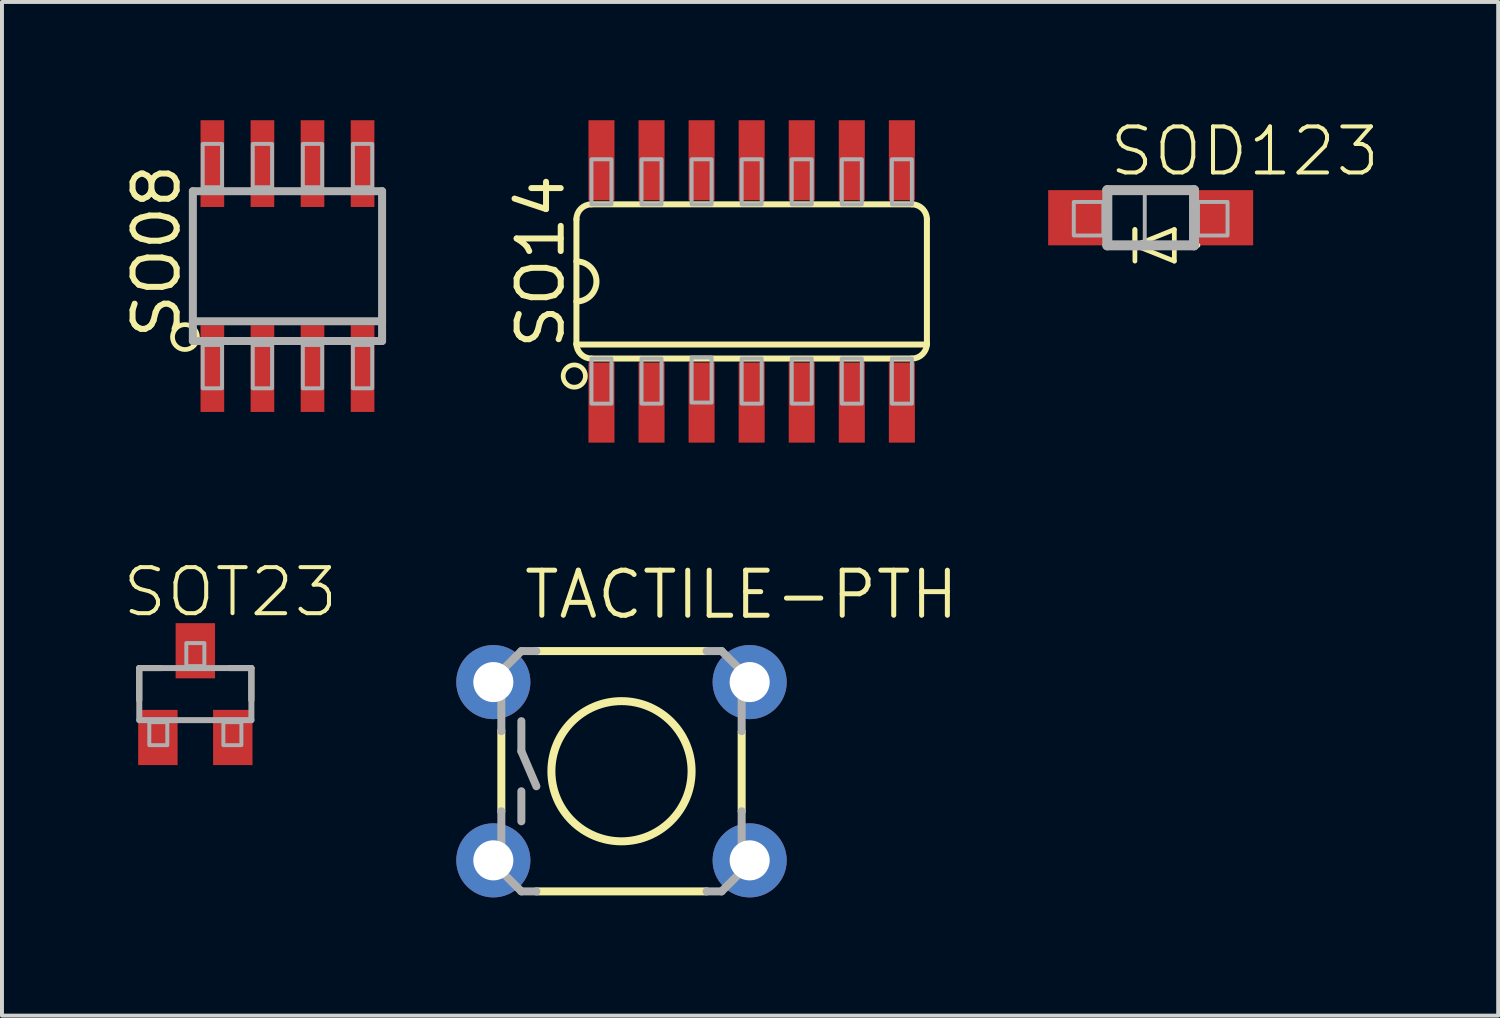
<source format=kicad_pcb>
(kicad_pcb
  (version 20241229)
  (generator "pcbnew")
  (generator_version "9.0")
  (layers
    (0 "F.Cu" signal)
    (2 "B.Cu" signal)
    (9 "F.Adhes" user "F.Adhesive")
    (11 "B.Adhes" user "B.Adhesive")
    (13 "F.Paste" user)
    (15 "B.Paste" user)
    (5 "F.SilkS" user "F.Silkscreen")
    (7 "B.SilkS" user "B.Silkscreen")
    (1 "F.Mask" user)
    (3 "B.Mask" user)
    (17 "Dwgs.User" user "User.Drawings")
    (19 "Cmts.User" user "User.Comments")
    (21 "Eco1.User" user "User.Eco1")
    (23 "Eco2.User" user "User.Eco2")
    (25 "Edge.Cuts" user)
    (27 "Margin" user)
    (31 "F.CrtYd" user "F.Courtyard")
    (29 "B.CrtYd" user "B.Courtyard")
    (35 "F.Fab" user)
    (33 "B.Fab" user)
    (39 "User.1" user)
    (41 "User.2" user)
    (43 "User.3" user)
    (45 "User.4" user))
  (footprint "SOD123"
    (layer "F.Cu")
    (at 26.138 2.473)
    (property "Reference" "SOD123" (at -1.1 -1 0) (layer "F.SilkS") (effects (font (size 1.168 1.168) (thickness 0.102)) (justify left bottom)))
    (fp_line (start -0.4 0.3) (end -0.4 1.1) (stroke (width 0.12) (type solid)) (layer "F.SilkS"))
    (fp_line (start -0.4 0.7) (end -1.1 0.7) (stroke (width 0.12) (type solid)) (layer "F.SilkS"))
    (fp_line (start -0.4 0.7) (end -0.4 0.3) (stroke (width 0.12) (type solid)) (layer "F.SilkS"))
    (fp_line (start -0.4 0.7) (end 0.6 1.1) (stroke (width 0.12) (type solid)) (layer "F.SilkS"))
    (fp_line (start 0.6 0.3) (end -0.4 0.7) (stroke (width 0.12) (type solid)) (layer "F.SilkS"))
    (fp_line (start 0.6 0.7) (end 1.2 0.7) (stroke (width 0.12) (type solid)) (layer "F.SilkS"))
    (fp_line (start 0.6 1.1) (end 0.6 0.3) (stroke (width 0.12) (type solid)) (layer "F.SilkS"))
    (fp_line (start -1.1 -0.7) (end 1.1 -0.7) (stroke (width 0.254) (type solid)) (layer "F.Fab"))
    (fp_line (start -1.1 0.7) (end -1.1 -0.7) (stroke (width 0.254) (type solid)) (layer "F.Fab"))
    (fp_line (start 1.1 -0.7) (end 1.1 0.7) (stroke (width 0.254) (type solid)) (layer "F.Fab"))
    (fp_line (start 1.1 0.7) (end -1.1 0.7) (stroke (width 0.254) (type solid)) (layer "F.Fab"))
    (fp_poly (pts (xy -1.95 0.45) (xy -1.2 0.45) (xy -1.2 -0.4) (xy -1.95 -0.4)) (stroke (width 0.1) (type solid)) (fill no) (layer "F.Fab"))
    (fp_poly (pts (xy -1.05 0.65) (xy -0.15 0.65) (xy -0.15 -0.7) (xy -1.05 -0.7)) (stroke (width 0.1) (type solid)) (fill no) (layer "F.Fab"))
    (fp_poly (pts (xy 1.2 0.45) (xy 1.95 0.45) (xy 1.95 -0.4) (xy 1.2 -0.4)) (stroke (width 0.1) (type solid)) (fill no) (layer "F.Fab"))
    (pad "A" smd rect (at 1.9 0) (size 1.4 1.4) (layers "F.Cu" "F.Mask" "F.Paste"))
    (pad "C" smd rect (at -1.9 0) (size 1.4 1.4) (layers "F.Cu" "F.Mask" "F.Paste")))
  (footprint "TACTILE-PTH"
    (layer "F.Cu")
    (at 12.715 16.513)
    (property "Reference" "TACTILE-PTH" (at -2.54 -3.81 0) (layer "F.SilkS") (effects (font (size 1.143 1.143) (thickness 0.127)) (justify left bottom)))
    (fp_line (start -3.048 -1.028) (end -3.048 1.016) (stroke (width 0.203) (type solid)) (layer "F.SilkS"))
    (fp_line (start -2.159 3.048) (end 2.159 3.048) (stroke (width 0.203) (type solid)) (layer "F.SilkS"))
    (fp_line (start 2.159 -3.048) (end -2.159 -3.048) (stroke (width 0.203) (type solid)) (layer "F.SilkS"))
    (fp_line (start 3.048 -0.998) (end 3.048 1.016) (stroke (width 0.203) (type solid)) (layer "F.SilkS"))
    (fp_circle (center 0 0) (end 1.778 0) (stroke (width 0.203) (type solid)) (fill no) (layer "F.SilkS"))
    (fp_line (start -3.048 -2.54) (end -3.048 -1.016) (stroke (width 0.203) (type solid)) (layer "F.Fab"))
    (fp_line (start -3.048 2.54) (end -3.048 1.016) (stroke (width 0.203) (type solid)) (layer "F.Fab"))
    (fp_line (start -2.54 -3.048) (end -3.048 -2.54) (stroke (width 0.203) (type solid)) (layer "F.Fab"))
    (fp_line (start -2.54 -3.048) (end -2.159 -3.048) (stroke (width 0.203) (type solid)) (layer "F.Fab"))
    (fp_line (start -2.54 -1.27) (end -2.54 -0.508) (stroke (width 0.203) (type solid)) (layer "F.Fab"))
    (fp_line (start -2.54 -0.508) (end -2.159 0.381) (stroke (width 0.203) (type solid)) (layer "F.Fab"))
    (fp_line (start -2.54 0.508) (end -2.54 1.27) (stroke (width 0.203) (type solid)) (layer "F.Fab"))
    (fp_line (start -2.54 3.048) (end -3.048 2.54) (stroke (width 0.203) (type solid)) (layer "F.Fab"))
    (fp_line (start -2.54 3.048) (end -2.159 3.048) (stroke (width 0.203) (type solid)) (layer "F.Fab"))
    (fp_line (start 2.54 -3.048) (end 2.159 -3.048) (stroke (width 0.203) (type solid)) (layer "F.Fab"))
    (fp_line (start 2.54 3.048) (end 2.159 3.048) (stroke (width 0.203) (type solid)) (layer "F.Fab"))
    (fp_line (start 2.54 3.048) (end 3.048 2.54) (stroke (width 0.203) (type solid)) (layer "F.Fab"))
    (fp_line (start 3.048 -2.54) (end 2.54 -3.048) (stroke (width 0.203) (type solid)) (layer "F.Fab"))
    (fp_line (start 3.048 -1.016) (end 3.048 -2.54) (stroke (width 0.203) (type solid)) (layer "F.Fab"))
    (fp_line (start 3.048 2.54) (end 3.048 1.016) (stroke (width 0.203) (type solid)) (layer "F.Fab"))
    (pad "1" thru_hole circle (at -3.251 -2.261) (size 1.88 1.88) (drill 1.016) (layers "*.Cu" "*.Mask"))
    (pad "2" thru_hole circle (at 3.251 -2.261) (size 1.88 1.88) (drill 1.016) (layers "*.Cu" "*.Mask"))
    (pad "3" thru_hole circle (at -3.251 2.261) (size 1.88 1.88) (drill 1.016) (layers "*.Cu" "*.Mask"))
    (pad "4" thru_hole circle (at 3.251 2.261) (size 1.88 1.88) (drill 1.016) (layers "*.Cu" "*.Mask")))
  (footprint "SOT23"
    (layer "F.Cu")
    (at 1.905 14.557)
    (property "Reference" "SOT23" (at -1.905 -1.905 0) (layer "F.SilkS") (effects (font (size 1.168 1.168) (thickness 0.102)) (justify left bottom)))
    (fp_line (start -1.422 -0.66) (end -0.864 -0.66) (stroke (width 0.152) (type solid)) (layer "F.SilkS"))
    (fp_line (start -1.422 0.152) (end -1.422 -0.66) (stroke (width 0.152) (type solid)) (layer "F.SilkS"))
    (fp_line (start 0.864 -0.66) (end 1.422 -0.66) (stroke (width 0.152) (type solid)) (layer "F.SilkS"))
    (fp_line (start 1.422 -0.66) (end 1.422 0.152) (stroke (width 0.152) (type solid)) (layer "F.SilkS"))
    (fp_line (start -1.422 -0.66) (end 1.422 -0.66) (stroke (width 0.152) (type solid)) (layer "F.Fab"))
    (fp_line (start -1.422 0.66) (end -1.422 -0.66) (stroke (width 0.152) (type solid)) (layer "F.Fab"))
    (fp_line (start 1.422 -0.66) (end 1.422 0.66) (stroke (width 0.152) (type solid)) (layer "F.Fab"))
    (fp_line (start 1.422 0.66) (end -1.422 0.66) (stroke (width 0.152) (type solid)) (layer "F.Fab"))
    (fp_poly (pts (xy -1.168 1.295) (xy -0.711 1.295) (xy -0.711 0.711) (xy -1.168 0.711)) (stroke (width 0.1) (type solid)) (fill no) (layer "F.Fab"))
    (fp_poly (pts (xy -0.229 -0.711) (xy 0.229 -0.711) (xy 0.229 -1.295) (xy -0.229 -1.295)) (stroke (width 0.1) (type solid)) (fill no) (layer "F.Fab"))
    (fp_poly (pts (xy 0.711 1.295) (xy 1.168 1.295) (xy 1.168 0.711) (xy 0.711 0.711)) (stroke (width 0.1) (type solid)) (fill no) (layer "F.Fab"))
    (pad "1" smd rect (at -0.95 1.1) (size 1 1.4) (layers "F.Cu" "F.Mask" "F.Paste"))
    (pad "2" smd rect (at 0.95 1.1) (size 1 1.4) (layers "F.Cu" "F.Mask" "F.Paste"))
    (pad "3" smd rect (at 0 -1.1) (size 1 1.4) (layers "F.Cu" "F.Mask" "F.Paste")))
  (footprint "SO08"
    (layer "F.Cu")
    (at 4.242 3.7)
    (property "Reference" "SO08" (at -2.667 1.905 90) (layer "F.SilkS") (effects (font (size 1.118 1.118) (thickness 0.152)) (justify left bottom)))
    (fp_circle (center -2.6 1.8) (end -2.5 2.1) (stroke (width 0.12) (type solid)) (fill no) (layer "F.SilkS"))
    (fp_line (start -2.4 -1.9) (end 2.4 -1.9) (stroke (width 0.203) (type solid)) (layer "F.Fab"))
    (fp_line (start -2.4 1.4) (end -2.4 -1.9) (stroke (width 0.203) (type solid)) (layer "F.Fab"))
    (fp_line (start -2.4 1.9) (end -2.4 1.4) (stroke (width 0.203) (type solid)) (layer "F.Fab"))
    (fp_line (start 2.4 -1.9) (end 2.4 1.4) (stroke (width 0.203) (type solid)) (layer "F.Fab"))
    (fp_line (start 2.4 1.4) (end -2.4 1.4) (stroke (width 0.203) (type solid)) (layer "F.Fab"))
    (fp_line (start 2.4 1.4) (end 2.4 1.9) (stroke (width 0.203) (type solid)) (layer "F.Fab"))
    (fp_line (start 2.4 1.9) (end -2.4 1.9) (stroke (width 0.203) (type solid)) (layer "F.Fab"))
    (fp_poly (pts (xy -2.15 -2) (xy -1.66 -2) (xy -1.66 -3.1) (xy -2.15 -3.1)) (stroke (width 0.1) (type solid)) (fill no) (layer "F.Fab"))
    (fp_poly (pts (xy -2.15 3.1) (xy -1.66 3.1) (xy -1.66 2) (xy -2.15 2)) (stroke (width 0.1) (type solid)) (fill no) (layer "F.Fab"))
    (fp_poly (pts (xy -0.88 -2) (xy -0.39 -2) (xy -0.39 -3.1) (xy -0.88 -3.1)) (stroke (width 0.1) (type solid)) (fill no) (layer "F.Fab"))
    (fp_poly (pts (xy -0.88 3.1) (xy -0.39 3.1) (xy -0.39 2) (xy -0.88 2)) (stroke (width 0.1) (type solid)) (fill no) (layer "F.Fab"))
    (fp_poly (pts (xy 0.39 -2) (xy 0.88 -2) (xy 0.88 -3.1) (xy 0.39 -3.1)) (stroke (width 0.1) (type solid)) (fill no) (layer "F.Fab"))
    (fp_poly (pts (xy 0.39 3.1) (xy 0.88 3.1) (xy 0.88 2) (xy 0.39 2)) (stroke (width 0.1) (type solid)) (fill no) (layer "F.Fab"))
    (fp_poly (pts (xy 1.66 -2) (xy 2.15 -2) (xy 2.15 -3.1) (xy 1.66 -3.1)) (stroke (width 0.1) (type solid)) (fill no) (layer "F.Fab"))
    (fp_poly (pts (xy 1.66 3.1) (xy 2.15 3.1) (xy 2.15 2) (xy 1.66 2)) (stroke (width 0.1) (type solid)) (fill no) (layer "F.Fab"))
    (pad "1" smd rect (at -1.905 2.6) (size 0.6 2.2) (layers "F.Cu" "F.Mask" "F.Paste"))
    (pad "2" smd rect (at -0.635 2.6) (size 0.6 2.2) (layers "F.Cu" "F.Mask" "F.Paste"))
    (pad "3" smd rect (at 0.635 2.6) (size 0.6 2.2) (layers "F.Cu" "F.Mask" "F.Paste"))
    (pad "4" smd rect (at 1.905 2.6) (size 0.6 2.2) (layers "F.Cu" "F.Mask" "F.Paste"))
    (pad "5" smd rect (at 1.905 -2.6) (size 0.6 2.2) (layers "F.Cu" "F.Mask" "F.Paste"))
    (pad "6" smd rect (at 0.635 -2.6) (size 0.6 2.2) (layers "F.Cu" "F.Mask" "F.Paste"))
    (pad "7" smd rect (at -0.635 -2.6) (size 0.6 2.2) (layers "F.Cu" "F.Mask" "F.Paste"))
    (pad "8" smd rect (at -1.905 -2.6) (size 0.6 2.2) (layers "F.Cu" "F.Mask" "F.Paste")))
  (footprint "SO14"
    (layer "F.Cu")
    (at 16.017 4.089)
    (property "Reference" "SO14" (at -4.699 1.778 90) (layer "F.SilkS") (effects (font (size 1.118 1.118) (thickness 0.152)) (justify left bottom)))
    (fp_line (start -4.445 -1.575) (end -4.445 1.575) (stroke (width 0.152) (type solid)) (layer "F.SilkS"))
    (fp_line (start -4.445 1.6) (end 4.445 1.6) (stroke (width 0.152) (type solid)) (layer "F.SilkS"))
    (fp_line (start -4.064 1.956) (end 4.064 1.956) (stroke (width 0.152) (type solid)) (layer "F.SilkS"))
    (fp_line (start 4.064 -1.956) (end -4.064 -1.956) (stroke (width 0.152) (type solid)) (layer "F.SilkS"))
    (fp_line (start 4.445 1.575) (end 4.445 -1.575) (stroke (width 0.152) (type solid)) (layer "F.SilkS"))
    (fp_arc (start -4.445 -1.5748) (mid -4.333408 -1.844208) (end -4.064 -1.9558) (stroke (width 0.1524) (type solid)) (layer "F.SilkS"))
    (fp_arc (start -4.445 -0.508) (mid -3.937 0) (end -4.445 0.508) (stroke (width 0.1524) (type solid)) (layer "F.SilkS"))
    (fp_arc (start -4.064 1.9558) (mid -4.333408 1.844208) (end -4.445 1.5748) (stroke (width 0.1524) (type solid)) (layer "F.SilkS"))
    (fp_arc (start 4.064 -1.9558) (mid 4.333408 -1.844208) (end 4.445 -1.5748) (stroke (width 0.1524) (type solid)) (layer "F.SilkS"))
    (fp_arc (start 4.445 1.5748) (mid 4.333408 1.844208) (end 4.064 1.9558) (stroke (width 0.1524) (type solid)) (layer "F.SilkS"))
    (fp_circle (center -4.5 2.4) (end -4.3 2.6) (stroke (width 0.12) (type solid)) (fill no) (layer "F.SilkS"))
    (fp_poly (pts (xy -4.064 -1.956) (xy -3.556 -1.956) (xy -3.556 -3.099) (xy -4.064 -3.099)) (stroke (width 0.1) (type solid)) (fill no) (layer "F.Fab"))
    (fp_poly (pts (xy -4.064 3.099) (xy -3.556 3.099) (xy -3.556 1.956) (xy -4.064 1.956)) (stroke (width 0.1) (type solid)) (fill no) (layer "F.Fab"))
    (fp_poly (pts (xy -2.794 -1.956) (xy -2.286 -1.956) (xy -2.286 -3.099) (xy -2.794 -3.099)) (stroke (width 0.1) (type solid)) (fill no) (layer "F.Fab"))
    (fp_poly (pts (xy -2.794 3.099) (xy -2.286 3.099) (xy -2.286 1.956) (xy -2.794 1.956)) (stroke (width 0.1) (type solid)) (fill no) (layer "F.Fab"))
    (fp_poly (pts (xy -1.524 -1.956) (xy -1.016 -1.956) (xy -1.016 -3.099) (xy -1.524 -3.099)) (stroke (width 0.1) (type solid)) (fill no) (layer "F.Fab"))
    (fp_poly (pts (xy -1.524 3.073) (xy -1.016 3.073) (xy -1.016 1.93) (xy -1.524 1.93)) (stroke (width 0.1) (type solid)) (fill no) (layer "F.Fab"))
    (fp_poly (pts (xy -0.254 -1.956) (xy 0.254 -1.956) (xy 0.254 -3.099) (xy -0.254 -3.099)) (stroke (width 0.1) (type solid)) (fill no) (layer "F.Fab"))
    (fp_poly (pts (xy -0.254 3.099) (xy 0.254 3.099) (xy 0.254 1.956) (xy -0.254 1.956)) (stroke (width 0.1) (type solid)) (fill no) (layer "F.Fab"))
    (fp_poly (pts (xy 1.016 -1.956) (xy 1.524 -1.956) (xy 1.524 -3.099) (xy 1.016 -3.099)) (stroke (width 0.1) (type solid)) (fill no) (layer "F.Fab"))
    (fp_poly (pts (xy 1.016 3.099) (xy 1.524 3.099) (xy 1.524 1.956) (xy 1.016 1.956)) (stroke (width 0.1) (type solid)) (fill no) (layer "F.Fab"))
    (fp_poly (pts (xy 2.286 -1.956) (xy 2.794 -1.956) (xy 2.794 -3.099) (xy 2.286 -3.099)) (stroke (width 0.1) (type solid)) (fill no) (layer "F.Fab"))
    (fp_poly (pts (xy 2.286 3.099) (xy 2.794 3.099) (xy 2.794 1.956) (xy 2.286 1.956)) (stroke (width 0.1) (type solid)) (fill no) (layer "F.Fab"))
    (fp_poly (pts (xy 3.556 -1.956) (xy 4.064 -1.956) (xy 4.064 -3.099) (xy 3.556 -3.099)) (stroke (width 0.1) (type solid)) (fill no) (layer "F.Fab"))
    (fp_poly (pts (xy 3.556 3.099) (xy 4.064 3.099) (xy 4.064 1.956) (xy 3.556 1.956)) (stroke (width 0.1) (type solid)) (fill no) (layer "F.Fab"))
    (pad "1" smd rect (at -3.81 3.073) (size 0.66 2.032) (layers "F.Cu" "F.Mask" "F.Paste"))
    (pad "2" smd rect (at -2.54 3.073) (size 0.66 2.032) (layers "F.Cu" "F.Mask" "F.Paste"))
    (pad "3" smd rect (at -1.27 3.073) (size 0.66 2.032) (layers "F.Cu" "F.Mask" "F.Paste"))
    (pad "4" smd rect (at 0 3.073) (size 0.66 2.032) (layers "F.Cu" "F.Mask" "F.Paste"))
    (pad "5" smd rect (at 1.27 3.073) (size 0.66 2.032) (layers "F.Cu" "F.Mask" "F.Paste"))
    (pad "6" smd rect (at 2.54 3.073) (size 0.66 2.032) (layers "F.Cu" "F.Mask" "F.Paste"))
    (pad "7" smd rect (at 3.81 3.073) (size 0.66 2.032) (layers "F.Cu" "F.Mask" "F.Paste"))
    (pad "8" smd rect (at 3.81 -3.073) (size 0.66 2.032) (layers "F.Cu" "F.Mask" "F.Paste"))
    (pad "9" smd rect (at 2.54 -3.073) (size 0.66 2.032) (layers "F.Cu" "F.Mask" "F.Paste"))
    (pad "10" smd rect (at 1.27 -3.073) (size 0.66 2.032) (layers "F.Cu" "F.Mask" "F.Paste"))
    (pad "11" smd rect (at 0 -3.073) (size 0.66 2.032) (layers "F.Cu" "F.Mask" "F.Paste"))
    (pad "12" smd rect (at -1.27 -3.073) (size 0.66 2.032) (layers "F.Cu" "F.Mask" "F.Paste"))
    (pad "13" smd rect (at -2.54 -3.073) (size 0.66 2.032) (layers "F.Cu" "F.Mask" "F.Paste"))
    (pad "14" smd rect (at -3.81 -3.073) (size 0.66 2.032) (layers "F.Cu" "F.Mask" "F.Paste")))
  (gr_rect
    (start -3 -3)
    (end 34.953 22.713)
    (stroke (width 0.1) (type default))
    (fill no)
    (layer "Edge.Cuts")))
</source>
